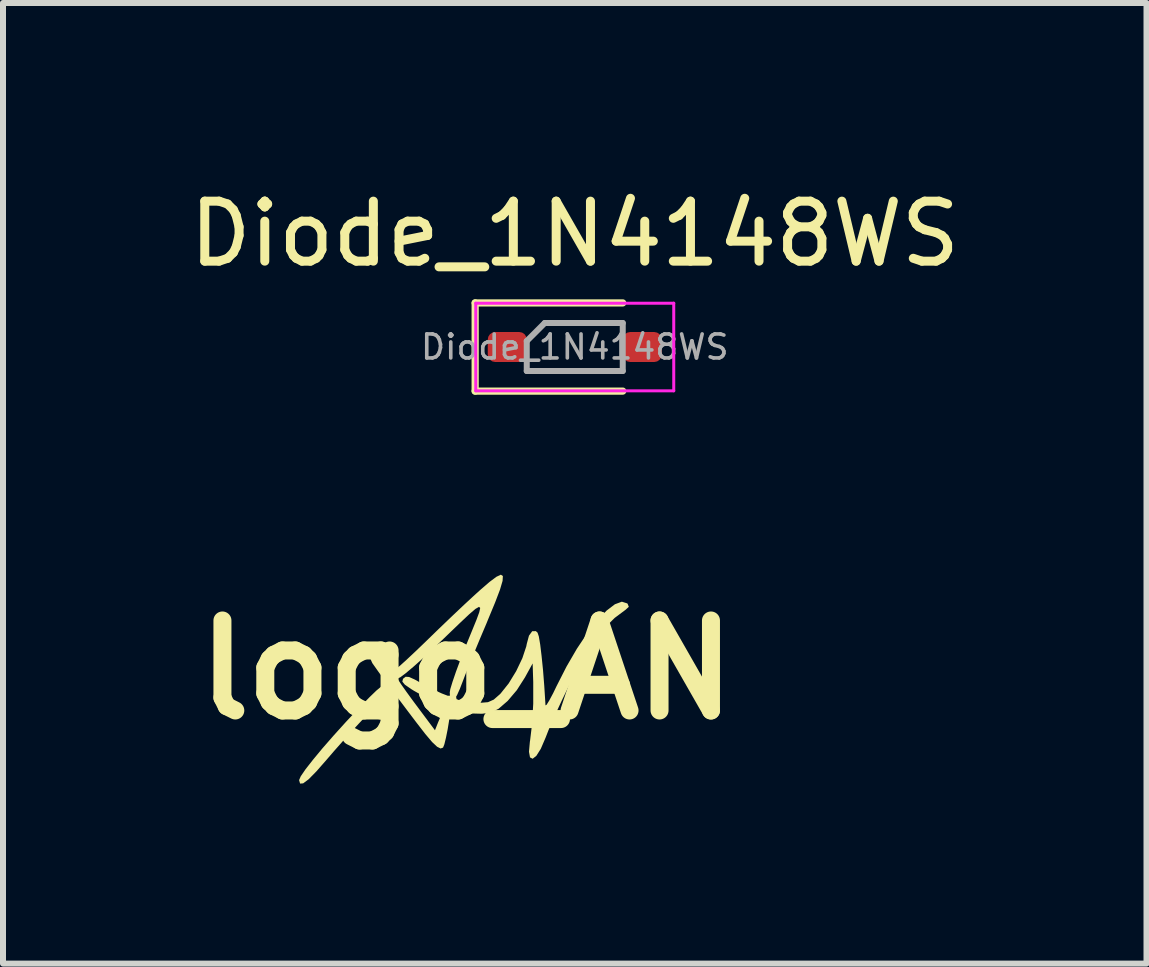
<source format=kicad_pcb>
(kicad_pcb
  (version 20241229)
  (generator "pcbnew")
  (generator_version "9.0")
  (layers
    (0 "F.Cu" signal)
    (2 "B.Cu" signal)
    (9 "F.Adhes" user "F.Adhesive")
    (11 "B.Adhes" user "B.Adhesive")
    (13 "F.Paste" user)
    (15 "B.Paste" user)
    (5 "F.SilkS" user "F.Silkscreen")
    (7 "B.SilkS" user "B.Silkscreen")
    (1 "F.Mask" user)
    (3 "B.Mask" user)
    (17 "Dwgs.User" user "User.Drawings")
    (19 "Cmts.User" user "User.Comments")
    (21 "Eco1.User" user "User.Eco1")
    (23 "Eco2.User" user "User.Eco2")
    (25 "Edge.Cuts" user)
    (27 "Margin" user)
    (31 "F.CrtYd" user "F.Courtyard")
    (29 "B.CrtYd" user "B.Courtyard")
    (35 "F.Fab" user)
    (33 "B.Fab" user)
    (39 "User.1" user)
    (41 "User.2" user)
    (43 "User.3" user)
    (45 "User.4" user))
  (footprint "logo_AN"
    (layer "F.Cu")
    (at 4.729 8.114)
    (property "Reference" "logo_AN" (at 0 0 0) (layer "F.SilkS") (effects (font (size 1.5 1.5) (thickness 0.3))))
    (attr board_only exclude_from_pos_files exclude_from_bom)
    (fp_poly (pts (xy 0.603 -1.563) (xy 0.598 -1.482) (xy 0.555 -1.336) (xy 0.474 -1.123) (xy 0.356 -0.838) (xy 0.33 -0.774) (xy 0.224 -0.524) (xy 0.125 -0.285) (xy 0.039 -0.074) (xy -0.027 0.091) (xy -0.065 0.191) (xy -0.115 0.32) (xy -0.159 0.418) (xy -0.177 0.45) (xy -0.169 0.489) (xy -0.089 0.521) (xy 0.051 0.543) (xy 0.233 0.55) (xy 0.355 0.54) (xy 0.451 0.497) (xy 0.556 0.405) (xy 0.568 0.392) (xy 0.699 0.228) (xy 0.825 0.022) (xy 0.928 -0.194) (xy 0.993 -0.39) (xy 1.001 -0.431) (xy 1.038 -0.569) (xy 1.092 -0.643) (xy 1.153 -0.644) (xy 1.181 -0.619) (xy 1.202 -0.556) (xy 1.225 -0.422) (xy 1.248 -0.231) (xy 1.272 0.004) (xy 1.293 0.27) (xy 1.311 0.553) (xy 1.313 0.593) (xy 1.331 0.584) (xy 1.376 0.512) (xy 1.442 0.388) (xy 1.498 0.272) (xy 1.664 -0.054) (xy 1.836 -0.35) (xy 2.008 -0.608) (xy 2.175 -0.822) (xy 2.331 -0.986) (xy 2.47 -1.092) (xy 2.586 -1.135) (xy 2.675 -1.107) (xy 2.682 -1.1) (xy 2.702 -1.05) (xy 2.649 -1.001) (xy 2.467 -0.865) (xy 2.277 -0.677) (xy 2.106 -0.464) (xy 2.068 -0.407) (xy 1.968 -0.24) (xy 1.847 -0.016) (xy 1.715 0.243) (xy 1.584 0.514) (xy 1.462 0.777) (xy 1.363 1.008) (xy 1.315 1.131) (xy 1.235 1.317) (xy 1.161 1.434) (xy 1.099 1.483) (xy 1.055 1.46) (xy 1.038 1.366) (xy 1.053 1.199) (xy 1.056 1.183) (xy 1.09 0.901) (xy 1.109 0.564) (xy 1.109 0.201) (xy 1.107 0.148) (xy 1.099 -0.106) (xy 0.971 0.127) (xy 0.835 0.34) (xy 0.683 0.519) (xy 0.531 0.65) (xy 0.403 0.714) (xy 0.254 0.733) (xy 0.069 0.728) (xy -0.107 0.702) (xy -0.187 0.679) (xy -0.256 0.668) (xy -0.28 0.719) (xy -0.281 0.735) (xy -0.294 0.849) (xy -0.317 0.99) (xy -0.345 1.13) (xy -0.372 1.241) (xy -0.394 1.297) (xy -0.394 1.297) (xy -0.435 1.312) (xy -0.493 1.283) (xy -0.576 1.205) (xy -0.691 1.069) (xy -0.845 0.87) (xy -0.851 0.862) (xy -0.976 0.697) (xy -1.085 0.552) (xy -1.166 0.445) (xy -1.208 0.389) (xy -1.208 0.389) (xy -1.24 0.377) (xy -1.295 0.403) (xy -1.382 0.474) (xy -1.511 0.598) (xy -1.617 0.706) (xy -1.802 0.901) (xy -2.011 1.129) (xy -2.212 1.356) (xy -2.329 1.492) (xy -2.505 1.693) (xy -2.636 1.826) (xy -2.726 1.893) (xy -2.777 1.897) (xy -2.794 1.839) (xy -2.766 1.775) (xy -2.687 1.659) (xy -2.564 1.502) (xy -2.406 1.311) (xy -2.22 1.098) (xy -2.014 0.87) (xy -1.796 0.638) (xy -1.784 0.626) (xy -1.621 0.458) (xy -1.504 0.345) (xy -1.424 0.279) (xy -1.37 0.252) (xy -1.332 0.256) (xy -1.319 0.264) (xy -1.311 0.259) (xy -1.348 0.2) (xy -1.389 0.144) (xy -1.15 0.144) (xy -1.143 0.165) (xy -1.093 0.242) (xy -1.007 0.364) (xy -0.894 0.519) (xy -0.862 0.562) (xy -0.529 1.008) (xy -0.476 0.874) (xy -0.428 0.763) (xy -0.388 0.68) (xy -0.387 0.679) (xy -0.386 0.631) (xy -0.446 0.579) (xy -0.549 0.526) (xy -0.712 0.444) (xy -0.881 0.349) (xy -0.926 0.321) (xy -1.031 0.248) (xy -1.073 0.197) (xy -1.062 0.153) (xy -1.056 0.145) (xy -1.017 0.116) (xy -0.96 0.12) (xy -0.865 0.163) (xy -0.784 0.208) (xy -0.633 0.289) (xy -0.486 0.362) (xy -0.414 0.395) (xy -0.318 0.432) (xy -0.28 0.432) (xy -0.281 0.394) (xy -0.283 0.385) (xy -0.274 0.324) (xy -0.236 0.199) (xy -0.176 0.024) (xy -0.097 -0.189) (xy -0.006 -0.42) (xy 0.089 -0.652) (xy 0.162 -0.831) (xy 0.209 -0.958) (xy 0.225 -1.03) (xy 0.205 -1.049) (xy 0.145 -1.014) (xy 0.04 -0.924) (xy -0.115 -0.778) (xy -0.324 -0.577) (xy -0.542 -0.367) (xy -0.723 -0.198) (xy -0.884 -0.054) (xy -1.016 0.057) (xy -1.108 0.126) (xy -1.15 0.144) (xy -1.389 0.144) (xy -1.422 0.098) (xy -1.455 0.056) (xy -1.573 -0.111) (xy -1.624 -0.224) (xy -1.611 -0.285) (xy -1.564 -0.296) (xy -1.49 -0.271) (xy -1.394 -0.209) (xy -1.299 -0.129) (xy -1.229 -0.052) (xy -1.209 0) (xy -1.187 -0.008) (xy -1.113 -0.067) (xy -0.998 -0.171) (xy -0.849 -0.311) (xy -0.675 -0.478) (xy -0.666 -0.487) (xy -0.459 -0.688) (xy -0.245 -0.893) (xy -0.042 -1.085) (xy 0.132 -1.246) (xy 0.225 -1.33) (xy 0.38 -1.464) (xy 0.495 -1.55) (xy 0.569 -1.585)) (stroke (width 0) (type solid)) (fill yes) (layer "F.SilkS")))
  (footprint "Diode_1N4148WS"
    (layer "F.Cu")
    (at 6.53 2.734)
    (property "Reference" "Diode_1N4148WS" (at 0 -1.886 0) (layer "F.SilkS") (effects (font (size 1 1) (thickness 0.15))))
    (attr smd)
    (fp_line (start -1.66 -0.735) (end -1.66 0.735) (stroke (width 0.12) (type solid)) (layer "F.SilkS"))
    (fp_line (start -1.66 0.735) (end 0.8 0.735) (stroke (width 0.12) (type solid)) (layer "F.SilkS"))
    (fp_line (start 0.8 -0.735) (end -1.66 -0.735) (stroke (width 0.12) (type solid)) (layer "F.SilkS"))
    (fp_line (start -1.65 -0.73) (end 1.65 -0.73) (stroke (width 0.05) (type solid)) (layer "F.CrtYd"))
    (fp_line (start -1.65 0.73) (end -1.65 -0.73) (stroke (width 0.05) (type solid)) (layer "F.CrtYd"))
    (fp_line (start 1.65 -0.73) (end 1.65 0.73) (stroke (width 0.05) (type solid)) (layer "F.CrtYd"))
    (fp_line (start 1.65 0.73) (end -1.65 0.73) (stroke (width 0.05) (type solid)) (layer "F.CrtYd"))
    (fp_line (start -0.8 -0.1) (end -0.8 0.4) (stroke (width 0.1) (type solid)) (layer "F.Fab"))
    (fp_line (start -0.8 0.4) (end 0.8 0.4) (stroke (width 0.1) (type solid)) (layer "F.Fab"))
    (fp_line (start -0.5 -0.4) (end -0.8 -0.1) (stroke (width 0.1) (type solid)) (layer "F.Fab"))
    (fp_line (start 0.8 -0.4) (end -0.5 -0.4) (stroke (width 0.1) (type solid)) (layer "F.Fab"))
    (fp_line (start 0.8 0.4) (end 0.8 -0.4) (stroke (width 0.1) (type solid)) (layer "F.Fab"))
    (fp_text user "${REFERENCE}" (at 0 0 0) (layer "F.Fab") (effects (font (size 0.4 0.4) (thickness 0.06))))
    (pad "1" smd roundrect (at -1.125 0 180) (size 0.65 0.5) (layers "F.Cu" "F.Mask" "F.Paste") (roundrect_rratio 0.25))
    (pad "2" smd roundrect (at 1.125 0 180) (size 0.65 0.5) (layers "F.Cu" "F.Mask" "F.Paste") (roundrect_rratio 0.25)))
  (gr_rect
    (start -3 -3)
    (end 16.06 13.011)
    (stroke (width 0.1) (type default))
    (fill no)
    (layer "Edge.Cuts")))
</source>
